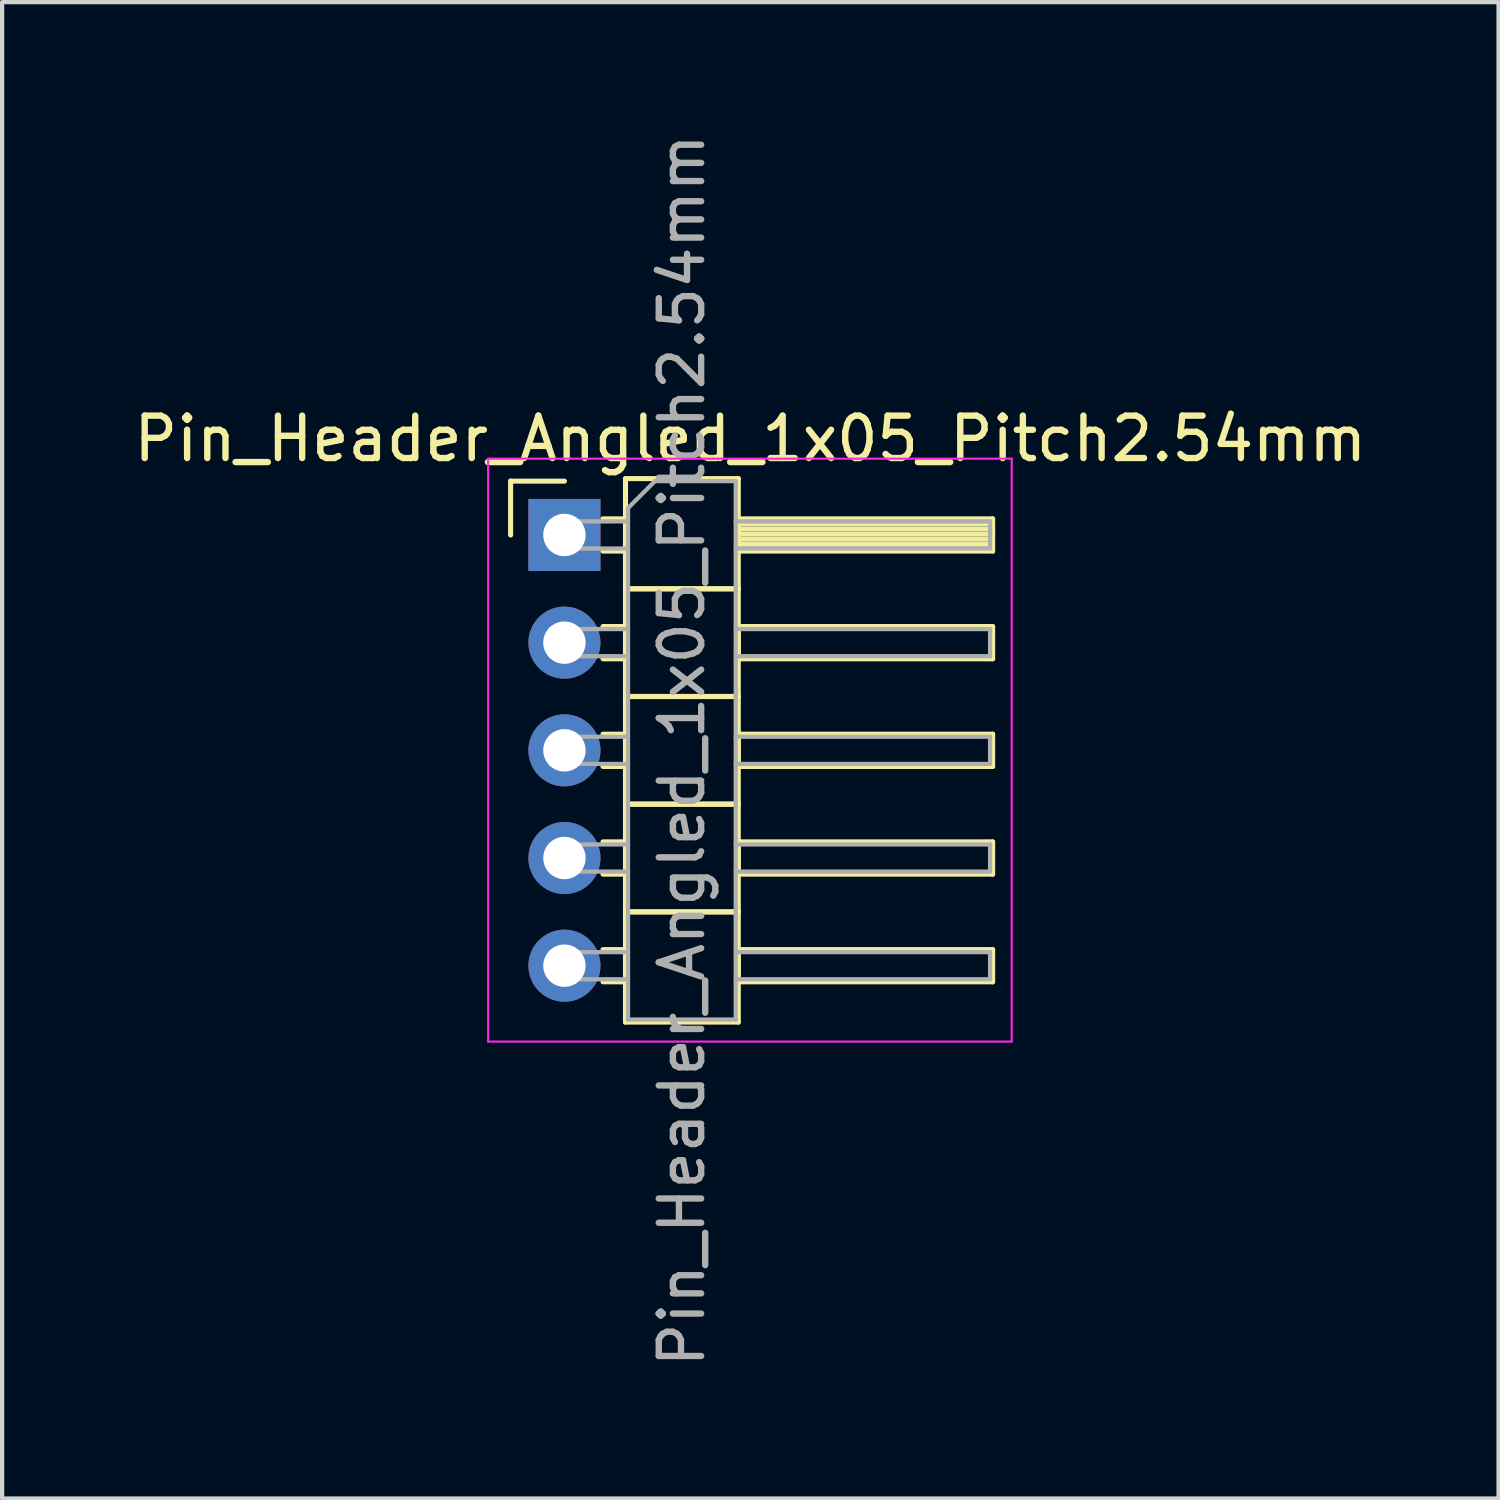
<source format=kicad_pcb>
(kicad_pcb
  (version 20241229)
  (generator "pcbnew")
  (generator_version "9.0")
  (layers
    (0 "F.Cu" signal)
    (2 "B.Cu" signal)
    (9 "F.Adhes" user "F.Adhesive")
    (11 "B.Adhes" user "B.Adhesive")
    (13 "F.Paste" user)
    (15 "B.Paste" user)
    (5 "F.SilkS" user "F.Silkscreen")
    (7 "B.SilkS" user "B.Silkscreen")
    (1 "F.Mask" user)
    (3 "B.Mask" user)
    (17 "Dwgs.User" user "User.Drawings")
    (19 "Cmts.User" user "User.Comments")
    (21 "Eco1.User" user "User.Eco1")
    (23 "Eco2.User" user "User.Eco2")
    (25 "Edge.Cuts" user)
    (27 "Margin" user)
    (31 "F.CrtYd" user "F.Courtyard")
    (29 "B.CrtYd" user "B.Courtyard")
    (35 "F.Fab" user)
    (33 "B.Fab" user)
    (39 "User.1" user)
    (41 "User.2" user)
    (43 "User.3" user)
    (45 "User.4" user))
  (footprint "Pin_Header_Angled_1x05_Pitch2.54mm"
    (layer "F.Cu")
    (at 10.264 9.569)
    (property "Reference" "Pin_Header_Angled_1x05_Pitch2.54mm" (at 4.385 -2.27 0) (layer "F.SilkS") (effects (font (size 1 1) (thickness 0.15))))
    (attr through_hole)
    (fp_line (start -1.27 -1.27) (end 0 -1.27) (stroke (width 0.12) (type solid)) (layer "F.SilkS"))
    (fp_line (start -1.27 0) (end -1.27 -1.27) (stroke (width 0.12) (type solid)) (layer "F.SilkS"))
    (fp_line (start 0.91 -0.38) (end 1.44 -0.38) (stroke (width 0.12) (type solid)) (layer "F.SilkS"))
    (fp_line (start 0.91 0.38) (end 1.44 0.38) (stroke (width 0.12) (type solid)) (layer "F.SilkS"))
    (fp_line (start 0.91 2.16) (end 1.44 2.16) (stroke (width 0.12) (type solid)) (layer "F.SilkS"))
    (fp_line (start 0.91 2.92) (end 1.44 2.92) (stroke (width 0.12) (type solid)) (layer "F.SilkS"))
    (fp_line (start 0.91 4.7) (end 1.44 4.7) (stroke (width 0.12) (type solid)) (layer "F.SilkS"))
    (fp_line (start 0.91 5.46) (end 1.44 5.46) (stroke (width 0.12) (type solid)) (layer "F.SilkS"))
    (fp_line (start 0.91 7.24) (end 1.44 7.24) (stroke (width 0.12) (type solid)) (layer "F.SilkS"))
    (fp_line (start 0.91 8) (end 1.44 8) (stroke (width 0.12) (type solid)) (layer "F.SilkS"))
    (fp_line (start 0.91 9.78) (end 1.44 9.78) (stroke (width 0.12) (type solid)) (layer "F.SilkS"))
    (fp_line (start 0.91 10.54) (end 1.44 10.54) (stroke (width 0.12) (type solid)) (layer "F.SilkS"))
    (fp_line (start 1.44 -1.33) (end 1.44 1.27) (stroke (width 0.12) (type solid)) (layer "F.SilkS"))
    (fp_line (start 1.44 1.27) (end 1.44 3.81) (stroke (width 0.12) (type solid)) (layer "F.SilkS"))
    (fp_line (start 1.44 1.27) (end 4.1 1.27) (stroke (width 0.12) (type solid)) (layer "F.SilkS"))
    (fp_line (start 1.44 3.81) (end 1.44 6.35) (stroke (width 0.12) (type solid)) (layer "F.SilkS"))
    (fp_line (start 1.44 3.81) (end 4.1 3.81) (stroke (width 0.12) (type solid)) (layer "F.SilkS"))
    (fp_line (start 1.44 6.35) (end 1.44 8.89) (stroke (width 0.12) (type solid)) (layer "F.SilkS"))
    (fp_line (start 1.44 6.35) (end 4.1 6.35) (stroke (width 0.12) (type solid)) (layer "F.SilkS"))
    (fp_line (start 1.44 8.89) (end 1.44 11.49) (stroke (width 0.12) (type solid)) (layer "F.SilkS"))
    (fp_line (start 1.44 8.89) (end 4.1 8.89) (stroke (width 0.12) (type solid)) (layer "F.SilkS"))
    (fp_line (start 1.44 11.49) (end 4.1 11.49) (stroke (width 0.12) (type solid)) (layer "F.SilkS"))
    (fp_line (start 4.1 -1.33) (end 1.44 -1.33) (stroke (width 0.12) (type solid)) (layer "F.SilkS"))
    (fp_line (start 4.1 -0.38) (end 4.1 0.38) (stroke (width 0.12) (type solid)) (layer "F.SilkS"))
    (fp_line (start 4.1 -0.26) (end 10.1 -0.26) (stroke (width 0.12) (type solid)) (layer "F.SilkS"))
    (fp_line (start 4.1 -0.14) (end 10.1 -0.14) (stroke (width 0.12) (type solid)) (layer "F.SilkS"))
    (fp_line (start 4.1 -0.02) (end 10.1 -0.02) (stroke (width 0.12) (type solid)) (layer "F.SilkS"))
    (fp_line (start 4.1 0.1) (end 10.1 0.1) (stroke (width 0.12) (type solid)) (layer "F.SilkS"))
    (fp_line (start 4.1 0.22) (end 10.1 0.22) (stroke (width 0.12) (type solid)) (layer "F.SilkS"))
    (fp_line (start 4.1 0.34) (end 10.1 0.34) (stroke (width 0.12) (type solid)) (layer "F.SilkS"))
    (fp_line (start 4.1 0.38) (end 10.1 0.38) (stroke (width 0.12) (type solid)) (layer "F.SilkS"))
    (fp_line (start 4.1 1.27) (end 1.44 1.27) (stroke (width 0.12) (type solid)) (layer "F.SilkS"))
    (fp_line (start 4.1 1.27) (end 4.1 -1.33) (stroke (width 0.12) (type solid)) (layer "F.SilkS"))
    (fp_line (start 4.1 2.16) (end 4.1 2.92) (stroke (width 0.12) (type solid)) (layer "F.SilkS"))
    (fp_line (start 4.1 2.92) (end 10.1 2.92) (stroke (width 0.12) (type solid)) (layer "F.SilkS"))
    (fp_line (start 4.1 3.81) (end 1.44 3.81) (stroke (width 0.12) (type solid)) (layer "F.SilkS"))
    (fp_line (start 4.1 3.81) (end 4.1 1.27) (stroke (width 0.12) (type solid)) (layer "F.SilkS"))
    (fp_line (start 4.1 4.7) (end 4.1 5.46) (stroke (width 0.12) (type solid)) (layer "F.SilkS"))
    (fp_line (start 4.1 5.46) (end 10.1 5.46) (stroke (width 0.12) (type solid)) (layer "F.SilkS"))
    (fp_line (start 4.1 6.35) (end 1.44 6.35) (stroke (width 0.12) (type solid)) (layer "F.SilkS"))
    (fp_line (start 4.1 6.35) (end 4.1 3.81) (stroke (width 0.12) (type solid)) (layer "F.SilkS"))
    (fp_line (start 4.1 7.24) (end 4.1 8) (stroke (width 0.12) (type solid)) (layer "F.SilkS"))
    (fp_line (start 4.1 8) (end 10.1 8) (stroke (width 0.12) (type solid)) (layer "F.SilkS"))
    (fp_line (start 4.1 8.89) (end 1.44 8.89) (stroke (width 0.12) (type solid)) (layer "F.SilkS"))
    (fp_line (start 4.1 8.89) (end 4.1 6.35) (stroke (width 0.12) (type solid)) (layer "F.SilkS"))
    (fp_line (start 4.1 9.78) (end 4.1 10.54) (stroke (width 0.12) (type solid)) (layer "F.SilkS"))
    (fp_line (start 4.1 10.54) (end 10.1 10.54) (stroke (width 0.12) (type solid)) (layer "F.SilkS"))
    (fp_line (start 4.1 11.49) (end 4.1 8.89) (stroke (width 0.12) (type solid)) (layer "F.SilkS"))
    (fp_line (start 10.1 -0.38) (end 4.1 -0.38) (stroke (width 0.12) (type solid)) (layer "F.SilkS"))
    (fp_line (start 10.1 0.38) (end 10.1 -0.38) (stroke (width 0.12) (type solid)) (layer "F.SilkS"))
    (fp_line (start 10.1 2.16) (end 4.1 2.16) (stroke (width 0.12) (type solid)) (layer "F.SilkS"))
    (fp_line (start 10.1 2.92) (end 10.1 2.16) (stroke (width 0.12) (type solid)) (layer "F.SilkS"))
    (fp_line (start 10.1 4.7) (end 4.1 4.7) (stroke (width 0.12) (type solid)) (layer "F.SilkS"))
    (fp_line (start 10.1 5.46) (end 10.1 4.7) (stroke (width 0.12) (type solid)) (layer "F.SilkS"))
    (fp_line (start 10.1 7.24) (end 4.1 7.24) (stroke (width 0.12) (type solid)) (layer "F.SilkS"))
    (fp_line (start 10.1 8) (end 10.1 7.24) (stroke (width 0.12) (type solid)) (layer "F.SilkS"))
    (fp_line (start 10.1 9.78) (end 4.1 9.78) (stroke (width 0.12) (type solid)) (layer "F.SilkS"))
    (fp_line (start 10.1 10.54) (end 10.1 9.78) (stroke (width 0.12) (type solid)) (layer "F.SilkS"))
    (fp_line (start -1.8 -1.8) (end -1.8 11.95) (stroke (width 0.05) (type solid)) (layer "F.CrtYd"))
    (fp_line (start -1.8 11.95) (end 10.55 11.95) (stroke (width 0.05) (type solid)) (layer "F.CrtYd"))
    (fp_line (start 10.55 -1.8) (end -1.8 -1.8) (stroke (width 0.05) (type solid)) (layer "F.CrtYd"))
    (fp_line (start 10.55 11.95) (end 10.55 -1.8) (stroke (width 0.05) (type solid)) (layer "F.CrtYd"))
    (fp_line (start -0.32 -0.32) (end -0.32 0.32) (stroke (width 0.1) (type solid)) (layer "F.Fab"))
    (fp_line (start -0.32 -0.32) (end 1.5 -0.32) (stroke (width 0.1) (type solid)) (layer "F.Fab"))
    (fp_line (start -0.32 0.32) (end 1.5 0.32) (stroke (width 0.1) (type solid)) (layer "F.Fab"))
    (fp_line (start -0.32 2.22) (end -0.32 2.86) (stroke (width 0.1) (type solid)) (layer "F.Fab"))
    (fp_line (start -0.32 2.22) (end 1.5 2.22) (stroke (width 0.1) (type solid)) (layer "F.Fab"))
    (fp_line (start -0.32 2.86) (end 1.5 2.86) (stroke (width 0.1) (type solid)) (layer "F.Fab"))
    (fp_line (start -0.32 4.76) (end -0.32 5.4) (stroke (width 0.1) (type solid)) (layer "F.Fab"))
    (fp_line (start -0.32 4.76) (end 1.5 4.76) (stroke (width 0.1) (type solid)) (layer "F.Fab"))
    (fp_line (start -0.32 5.4) (end 1.5 5.4) (stroke (width 0.1) (type solid)) (layer "F.Fab"))
    (fp_line (start -0.32 7.3) (end -0.32 7.94) (stroke (width 0.1) (type solid)) (layer "F.Fab"))
    (fp_line (start -0.32 7.3) (end 1.5 7.3) (stroke (width 0.1) (type solid)) (layer "F.Fab"))
    (fp_line (start -0.32 7.94) (end 1.5 7.94) (stroke (width 0.1) (type solid)) (layer "F.Fab"))
    (fp_line (start -0.32 9.84) (end -0.32 10.48) (stroke (width 0.1) (type solid)) (layer "F.Fab"))
    (fp_line (start -0.32 9.84) (end 1.5 9.84) (stroke (width 0.1) (type solid)) (layer "F.Fab"))
    (fp_line (start -0.32 10.48) (end 1.5 10.48) (stroke (width 0.1) (type solid)) (layer "F.Fab"))
    (fp_line (start 1.5 -0.635) (end 2.135 -1.27) (stroke (width 0.1) (type solid)) (layer "F.Fab"))
    (fp_line (start 1.5 11.43) (end 1.5 -0.635) (stroke (width 0.1) (type solid)) (layer "F.Fab"))
    (fp_line (start 2.135 -1.27) (end 4.04 -1.27) (stroke (width 0.1) (type solid)) (layer "F.Fab"))
    (fp_line (start 4.04 -1.27) (end 4.04 11.43) (stroke (width 0.1) (type solid)) (layer "F.Fab"))
    (fp_line (start 4.04 -0.32) (end 10.04 -0.32) (stroke (width 0.1) (type solid)) (layer "F.Fab"))
    (fp_line (start 4.04 0.32) (end 10.04 0.32) (stroke (width 0.1) (type solid)) (layer "F.Fab"))
    (fp_line (start 4.04 2.22) (end 10.04 2.22) (stroke (width 0.1) (type solid)) (layer "F.Fab"))
    (fp_line (start 4.04 2.86) (end 10.04 2.86) (stroke (width 0.1) (type solid)) (layer "F.Fab"))
    (fp_line (start 4.04 4.76) (end 10.04 4.76) (stroke (width 0.1) (type solid)) (layer "F.Fab"))
    (fp_line (start 4.04 5.4) (end 10.04 5.4) (stroke (width 0.1) (type solid)) (layer "F.Fab"))
    (fp_line (start 4.04 7.3) (end 10.04 7.3) (stroke (width 0.1) (type solid)) (layer "F.Fab"))
    (fp_line (start 4.04 7.94) (end 10.04 7.94) (stroke (width 0.1) (type solid)) (layer "F.Fab"))
    (fp_line (start 4.04 9.84) (end 10.04 9.84) (stroke (width 0.1) (type solid)) (layer "F.Fab"))
    (fp_line (start 4.04 10.48) (end 10.04 10.48) (stroke (width 0.1) (type solid)) (layer "F.Fab"))
    (fp_line (start 4.04 11.43) (end 1.5 11.43) (stroke (width 0.1) (type solid)) (layer "F.Fab"))
    (fp_line (start 10.04 -0.32) (end 10.04 0.32) (stroke (width 0.1) (type solid)) (layer "F.Fab"))
    (fp_line (start 10.04 2.22) (end 10.04 2.86) (stroke (width 0.1) (type solid)) (layer "F.Fab"))
    (fp_line (start 10.04 4.76) (end 10.04 5.4) (stroke (width 0.1) (type solid)) (layer "F.Fab"))
    (fp_line (start 10.04 7.3) (end 10.04 7.94) (stroke (width 0.1) (type solid)) (layer "F.Fab"))
    (fp_line (start 10.04 9.84) (end 10.04 10.48) (stroke (width 0.1) (type solid)) (layer "F.Fab"))
    (fp_text user "${REFERENCE}" (at 2.77 5.08 90) (layer "F.Fab") (effects (font (size 1 1) (thickness 0.15))))
    (pad "1" thru_hole rect (at 0 0) (size 1.7 1.7) (drill 1) (layers "*.Cu" "*.Mask"))
    (pad "2" thru_hole oval (at 0 2.54) (size 1.7 1.7) (drill 1) (layers "*.Cu" "*.Mask"))
    (pad "3" thru_hole oval (at 0 5.08) (size 1.7 1.7) (drill 1) (layers "*.Cu" "*.Mask"))
    (pad "4" thru_hole oval (at 0 7.62) (size 1.7 1.7) (drill 1) (layers "*.Cu" "*.Mask"))
    (pad "5" thru_hole oval (at 0 10.16) (size 1.7 1.7) (drill 1) (layers "*.Cu" "*.Mask")))
  (gr_rect
    (start -3 -3)
    (end 32.298 32.298)
    (stroke (width 0.1) (type default))
    (fill no)
    (layer "Edge.Cuts")))
</source>
